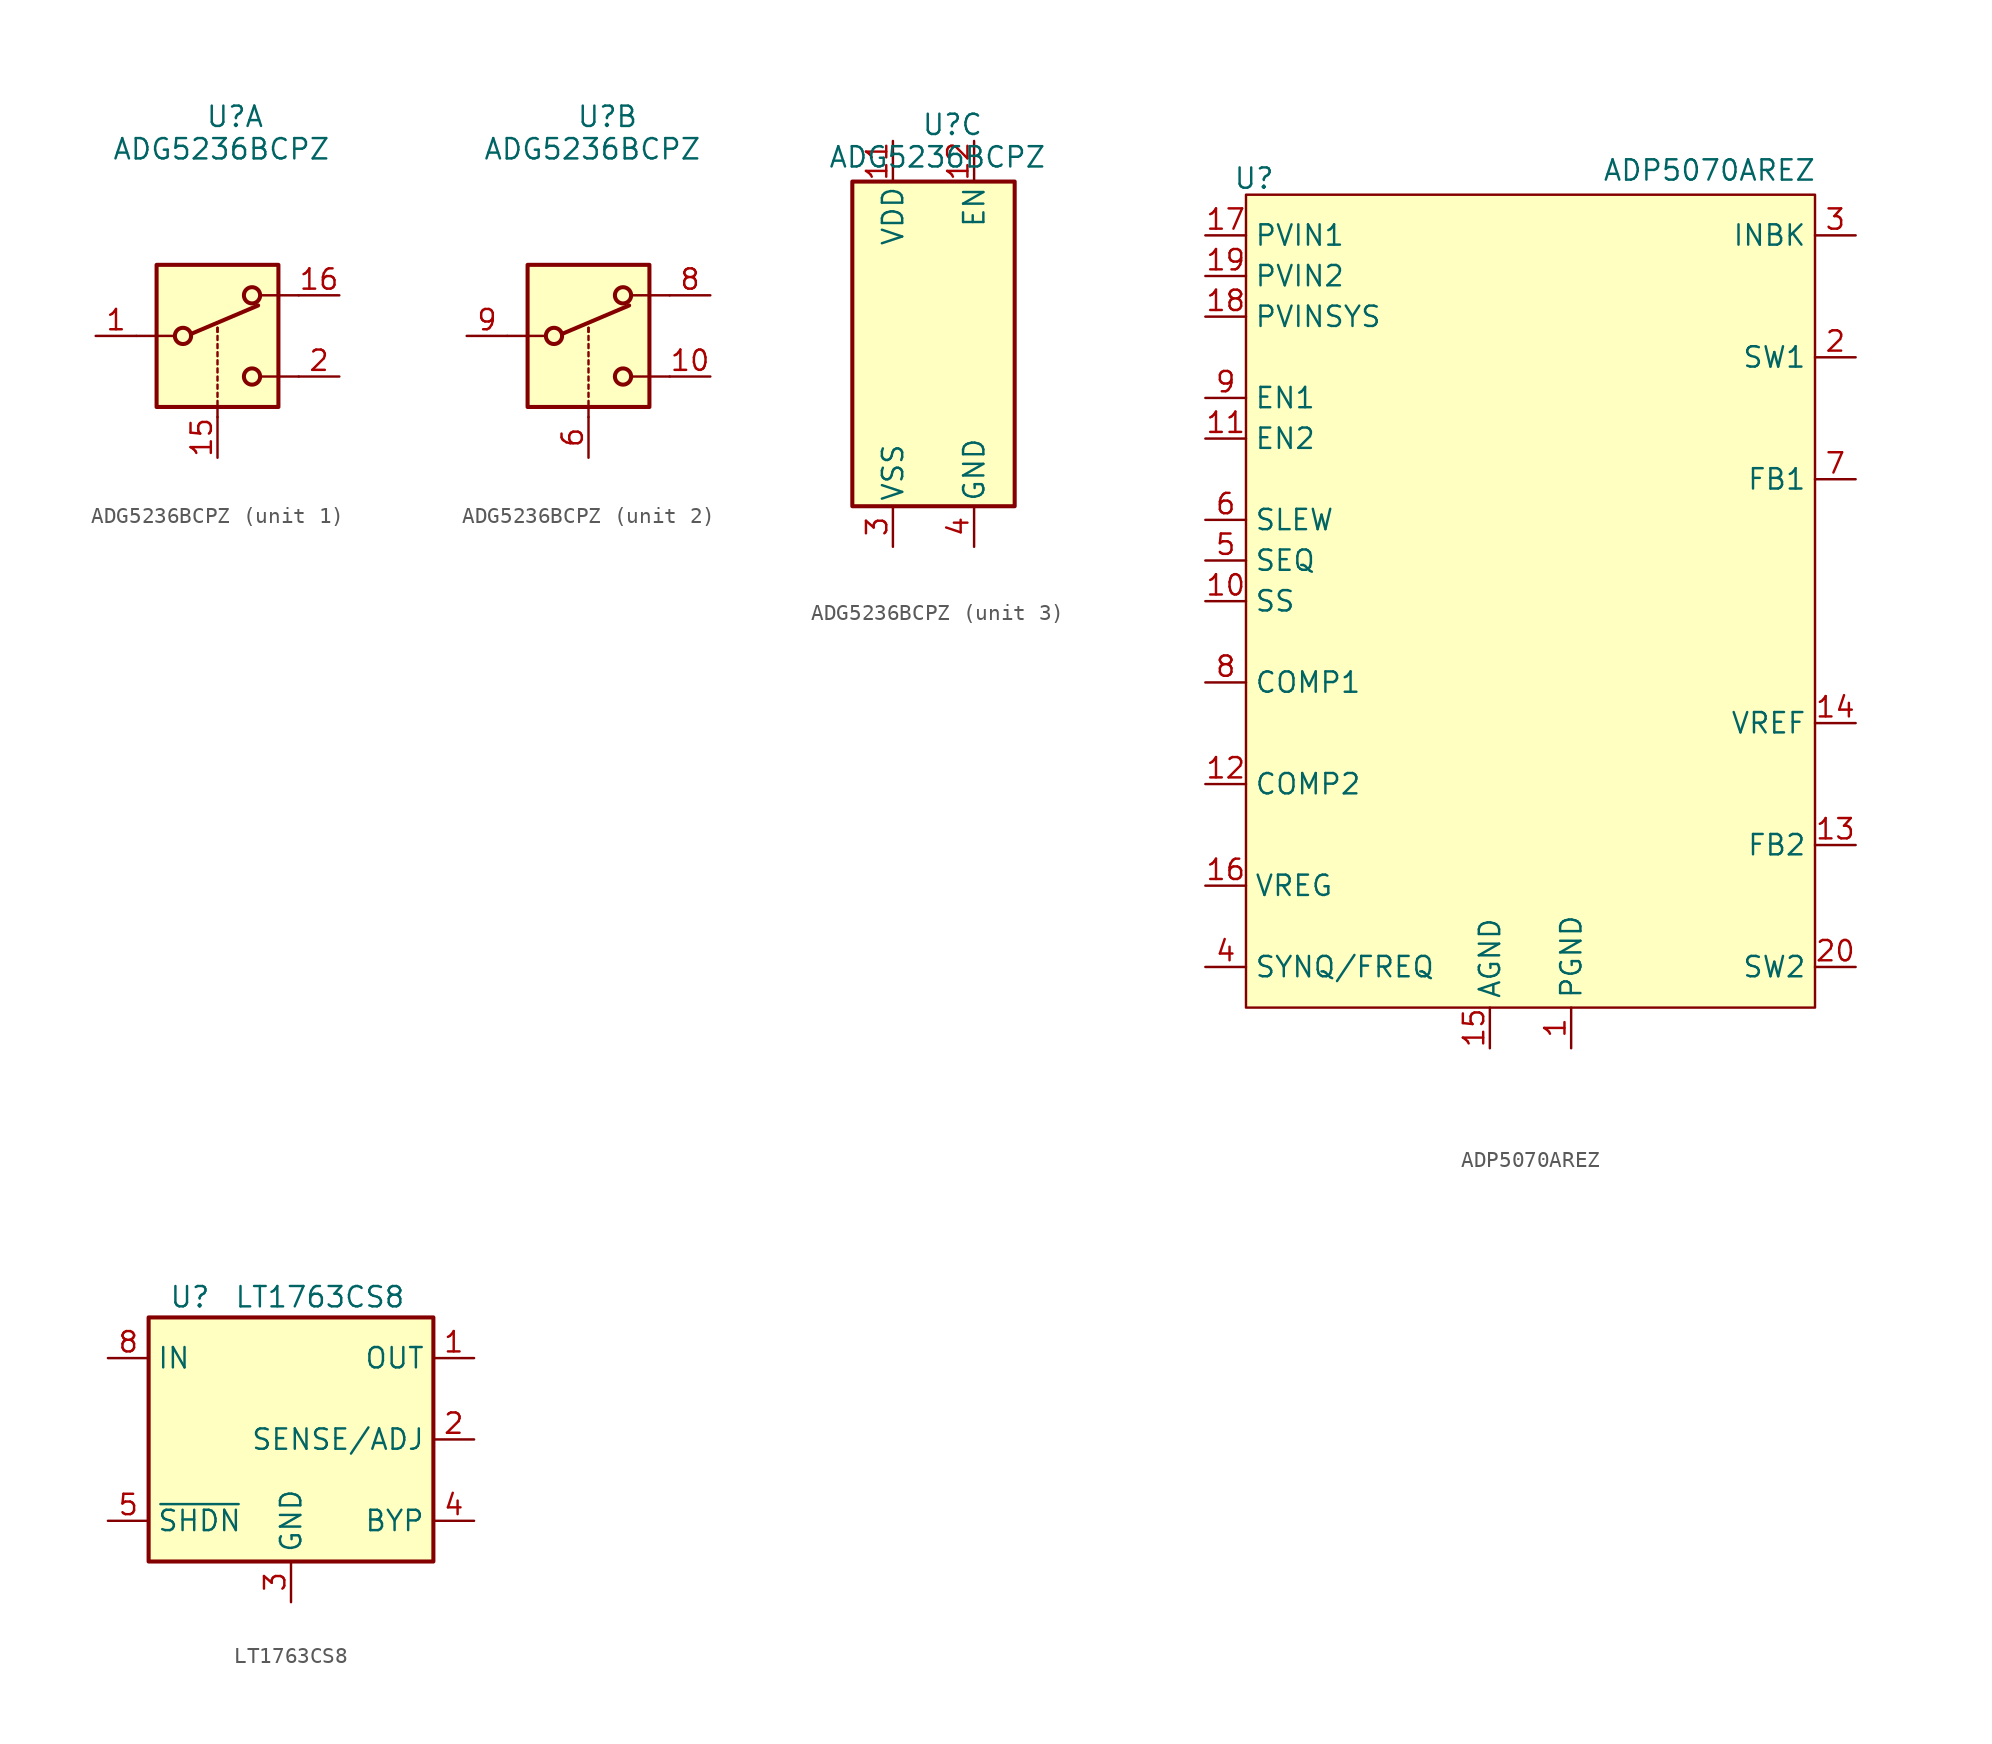
<source format=kicad_sym>
(kicad_symbol_lib
  (version 20231120)
  (generator "kicad_symbol_editor")
  (generator_version "8.0")
  (symbol "ADG5236BCPZ"
    (pin_names
      (offset 0.254))
    (property "Reference" "U"
      (at -0.762 13.716 0)
      (effects (font (size 1.27 1.27)) (justify left)))
    (property "Value" "ADG5236BCPZ"
      (at -6.604 11.684 0)
      (effects (font (size 1.27 1.27)) (justify left)))
    (symbol "ADG5236BCPZ_1_1"
      (rectangle (start -3.81 4.445) (end 3.81 -4.445) (stroke (width 0.254) (type default)) (fill (type background)))
      (circle (center -2.159 0) (radius 0.508) (stroke (width 0.254) (type default)) (fill (type none)))
      (polyline (pts (xy -5.08 0) (xy -2.794 0)) (stroke (width 0) (type default)) (fill (type none)))
      (polyline (pts (xy -1.651 0.127) (xy 2.54 1.905)) (stroke (width 0.254) (type default)) (fill (type none)))
      (polyline (pts (xy 0 -5.08) (xy 0 -4.572)) (stroke (width 0) (type default)) (fill (type none)))
      (polyline (pts (xy 0 -4.318) (xy 0 -4.064)) (stroke (width 0) (type default)) (fill (type none)))
      (polyline (pts (xy 0 -3.81) (xy 0 -3.556)) (stroke (width 0) (type default)) (fill (type none)))
      (polyline (pts (xy 0 -3.302) (xy 0 -3.048)) (stroke (width 0) (type default)) (fill (type none)))
      (polyline (pts (xy 0 -2.794) (xy 0 -2.54)) (stroke (width 0) (type default)) (fill (type none)))
      (polyline (pts (xy 0 -2.286) (xy 0 -2.032)) (stroke (width 0) (type default)) (fill (type none)))
      (polyline (pts (xy 0 -1.778) (xy 0 -1.524)) (stroke (width 0) (type default)) (fill (type none)))
      (polyline (pts (xy 0 -1.27) (xy 0 -1.016)) (stroke (width 0) (type default)) (fill (type none)))
      (polyline (pts (xy 0 -0.762) (xy 0 -0.508)) (stroke (width 0) (type default)) (fill (type none)))
      (polyline (pts (xy 0 -0.254) (xy 0 0)) (stroke (width 0) (type default)) (fill (type none)))
      (polyline (pts (xy 0 0.254) (xy 0 0.508)) (stroke (width 0) (type default)) (fill (type none)))
      (polyline (pts (xy 0 0.254) (xy 0 0.508)) (stroke (width 0) (type default)) (fill (type none)))
      (polyline (pts (xy 5.08 -2.54) (xy 2.794 -2.54)) (stroke (width 0) (type default)) (fill (type none)))
      (polyline (pts (xy 5.08 2.54) (xy 2.794 2.54)) (stroke (width 0) (type default)) (fill (type none)))
      (circle (center 2.159 -2.54) (radius 0.508) (stroke (width 0.254) (type default)) (fill (type none)))
      (circle (center 2.159 2.54) (radius 0.508) (stroke (width 0.254) (type default)) (fill (type none)))
      (pin passive line (at -7.62 0 0) (length 2.54) (name "~" (effects (font (size 1.27 1.27)))) (number "1" (effects (font (size 1.27 1.27)))))
      (pin input line (at 0 -7.62 90) (length 2.54) (name "~" (effects (font (size 1.27 1.27)))) (number "15" (effects (font (size 1.27 1.27)))))
      (pin passive line (at 7.62 2.54 180) (length 2.54) (name "" (effects (font (size 1.27 1.27)))) (number "16" (effects (font (size 1.27 1.27)))))
      (pin passive line (at 7.62 -2.54 180) (length 2.54) (name "~" (effects (font (size 1.27 1.27)))) (number "2" (effects (font (size 1.27 1.27))))))
    (symbol "ADG5236BCPZ_2_1"
      (rectangle (start -3.81 4.445) (end 3.81 -4.445) (stroke (width 0.254) (type default)) (fill (type background)))
      (circle (center -2.159 0) (radius 0.508) (stroke (width 0.254) (type default)) (fill (type none)))
      (polyline (pts (xy -5.08 0) (xy -2.794 0)) (stroke (width 0) (type default)) (fill (type none)))
      (polyline (pts (xy -1.651 0.127) (xy 2.54 1.905)) (stroke (width 0.254) (type default)) (fill (type none)))
      (polyline (pts (xy 0 -5.08) (xy 0 -4.572)) (stroke (width 0) (type default)) (fill (type none)))
      (polyline (pts (xy 0 -4.318) (xy 0 -4.064)) (stroke (width 0) (type default)) (fill (type none)))
      (polyline (pts (xy 0 -3.81) (xy 0 -3.556)) (stroke (width 0) (type default)) (fill (type none)))
      (polyline (pts (xy 0 -3.302) (xy 0 -3.048)) (stroke (width 0) (type default)) (fill (type none)))
      (polyline (pts (xy 0 -2.794) (xy 0 -2.54)) (stroke (width 0) (type default)) (fill (type none)))
      (polyline (pts (xy 0 -2.286) (xy 0 -2.032)) (stroke (width 0) (type default)) (fill (type none)))
      (polyline (pts (xy 0 -1.778) (xy 0 -1.524)) (stroke (width 0) (type default)) (fill (type none)))
      (polyline (pts (xy 0 -1.27) (xy 0 -1.016)) (stroke (width 0) (type default)) (fill (type none)))
      (polyline (pts (xy 0 -0.762) (xy 0 -0.508)) (stroke (width 0) (type default)) (fill (type none)))
      (polyline (pts (xy 0 -0.254) (xy 0 0)) (stroke (width 0) (type default)) (fill (type none)))
      (polyline (pts (xy 0 0.254) (xy 0 0.508)) (stroke (width 0) (type default)) (fill (type none)))
      (polyline (pts (xy 0 0.254) (xy 0 0.508)) (stroke (width 0) (type default)) (fill (type none)))
      (polyline (pts (xy 5.08 -2.54) (xy 2.794 -2.54)) (stroke (width 0) (type default)) (fill (type none)))
      (polyline (pts (xy 5.08 2.54) (xy 2.794 2.54)) (stroke (width 0) (type default)) (fill (type none)))
      (circle (center 2.159 -2.54) (radius 0.508) (stroke (width 0.254) (type default)) (fill (type none)))
      (circle (center 2.159 2.54) (radius 0.508) (stroke (width 0.254) (type default)) (fill (type none)))
      (pin passive line (at 7.62 -2.54 180) (length 2.54) (name "" (effects (font (size 1.27 1.27)))) (number "10" (effects (font (size 1.27 1.27)))))
      (pin input line (at 0 -7.62 90) (length 2.54) (name "~" (effects (font (size 1.27 1.27)))) (number "6" (effects (font (size 1.27 1.27)))))
      (pin passive line (at 7.62 2.54 180) (length 2.54) (name "~" (effects (font (size 1.27 1.27)))) (number "8" (effects (font (size 1.27 1.27)))))
      (pin passive line (at -7.62 0 0) (length 2.54) (name "~" (effects (font (size 1.27 1.27)))) (number "9" (effects (font (size 1.27 1.27))))))
    (symbol "ADG5236BCPZ_3_1"
      (rectangle (start -5.08 10.16) (end 5.08 -10.16) (stroke (width 0.254) (type default)) (fill (type background)))
      (pin passive line (at -2.54 12.7 270) (length 2.54) (name "VDD" (effects (font (size 1.27 1.27)))) (number "11" (effects (font (size 1.27 1.27)))))
      (pin input line (at 2.54 12.7 270) (length 2.54) (name "EN" (effects (font (size 1.27 1.27)))) (number "12" (effects (font (size 1.27 1.27)))))
      (pin no_connect line (at -5.08 -1.27 0) (length 2.54) hide (name "NC" (effects (font (size 1.27 1.27)))) (number "13" (effects (font (size 1.27 1.27)))))
      (pin no_connect line (at -5.08 -3.81 0) (length 2.54) hide (name "NC" (effects (font (size 1.27 1.27)))) (number "14" (effects (font (size 1.27 1.27)))))
      (pin passive line (at -2.54 -12.7 90) (length 2.54) hide (name "EP" (effects (font (size 1.27 1.27)))) (number "17" (effects (font (size 1.27 1.27)))))
      (pin passive line (at -2.54 -12.7 90) (length 2.54) (name "VSS" (effects (font (size 1.27 1.27)))) (number "3" (effects (font (size 1.27 1.27)))))
      (pin passive line (at 2.54 -12.7 90) (length 2.54) (name "GND" (effects (font (size 1.27 1.27)))) (number "4" (effects (font (size 1.27 1.27)))))
      (pin no_connect line (at -5.08 3.81 0) (length 2.54) hide (name "NC" (effects (font (size 1.27 1.27)))) (number "5" (effects (font (size 1.27 1.27)))))
      (pin no_connect line (at -5.08 1.27 0) (length 2.54) hide (name "NC" (effects (font (size 1.27 1.27)))) (number "7" (effects (font (size 1.27 1.27)))))))
  (symbol "ADP5070AREZ"
    (property "Reference" "U"
      (at -17.272 26.416 0)
      (effects (font (size 1.27 1.27))))
    (property "Value" "ADP5070AREZ"
      (at 11.176 26.924 0)
      (effects (font (size 1.27 1.27))))
    (symbol "ADP5070AREZ_0_0"
      (pin passive line (at 2.54 -27.94 90) (length 2.54) (name "PGND" (effects (font (size 1.27 1.27)))) (number "1" (effects (font (size 1.27 1.27)))))
      (pin passive line (at -20.32 0 0) (length 2.54) (name "SS" (effects (font (size 1.27 1.27)))) (number "10" (effects (font (size 1.27 1.27)))))
      (pin passive line (at -20.32 10.16 0) (length 2.54) (name "EN2" (effects (font (size 1.27 1.27)))) (number "11" (effects (font (size 1.27 1.27)))))
      (pin passive line (at -20.32 -11.43 0) (length 2.54) (name "COMP2" (effects (font (size 1.27 1.27)))) (number "12" (effects (font (size 1.27 1.27)))))
      (pin passive line (at 20.32 -15.24 180) (length 2.54) (name "FB2" (effects (font (size 1.27 1.27)))) (number "13" (effects (font (size 1.27 1.27)))))
      (pin passive line (at 20.32 -7.62 180) (length 2.54) (name "VREF" (effects (font (size 1.27 1.27)))) (number "14" (effects (font (size 1.27 1.27)))))
      (pin passive line (at -2.54 -27.94 90) (length 2.54) (name "AGND" (effects (font (size 1.27 1.27)))) (number "15" (effects (font (size 1.27 1.27)))))
      (pin passive line (at -20.32 -17.78 0) (length 2.54) (name "VREG" (effects (font (size 1.27 1.27)))) (number "16" (effects (font (size 1.27 1.27)))))
      (pin passive line (at -20.32 22.86 0) (length 2.54) (name "PVIN1" (effects (font (size 1.27 1.27)))) (number "17" (effects (font (size 1.27 1.27)))))
      (pin passive line (at -20.32 17.78 0) (length 2.54) (name "PVINSYS" (effects (font (size 1.27 1.27)))) (number "18" (effects (font (size 1.27 1.27)))))
      (pin passive line (at -20.32 20.32 0) (length 2.54) (name "PVIN2" (effects (font (size 1.27 1.27)))) (number "19" (effects (font (size 1.27 1.27)))))
      (pin passive line (at 20.32 15.24 180) (length 2.54) (name "SW1" (effects (font (size 1.27 1.27)))) (number "2" (effects (font (size 1.27 1.27)))))
      (pin passive line (at 20.32 -22.86 180) (length 2.54) (name "SW2" (effects (font (size 1.27 1.27)))) (number "20" (effects (font (size 1.27 1.27)))))
      (pin passive line (at 20.32 22.86 180) (length 2.54) (name "INBK" (effects (font (size 1.27 1.27)))) (number "3" (effects (font (size 1.27 1.27)))))
      (pin passive line (at -20.32 -22.86 0) (length 2.54) (name "SYNQ/FREQ" (effects (font (size 1.27 1.27)))) (number "4" (effects (font (size 1.27 1.27)))))
      (pin passive line (at -20.32 2.54 0) (length 2.54) (name "SEQ" (effects (font (size 1.27 1.27)))) (number "5" (effects (font (size 1.27 1.27)))))
      (pin passive line (at -20.32 5.08 0) (length 2.54) (name "SLEW" (effects (font (size 1.27 1.27)))) (number "6" (effects (font (size 1.27 1.27)))))
      (pin passive line (at 20.32 7.62 180) (length 2.54) (name "FB1" (effects (font (size 1.27 1.27)))) (number "7" (effects (font (size 1.27 1.27)))))
      (pin passive line (at -20.32 -5.08 0) (length 2.54) (name "COMP1" (effects (font (size 1.27 1.27)))) (number "8" (effects (font (size 1.27 1.27)))))
      (pin passive line (at -20.32 12.7 0) (length 2.54) (name "EN1" (effects (font (size 1.27 1.27)))) (number "9" (effects (font (size 1.27 1.27))))))
    (symbol "ADP5070AREZ_1_0"
      (pin passive line (at -2.54 -27.94 90) (length 2.54) hide (name "EP" (effects (font (size 1.27 1.27)))) (number "21" (effects (font (size 1.27 1.27))))))
    (symbol "ADP5070AREZ_1_1"
      (rectangle (start -17.78 25.4) (end 17.78 -25.4) (stroke (width 0) (type default)) (fill (type background)))))
  (symbol "LT1763CS8"
    (property "Reference" "U"
      (at -7.62 8.89 0)
      (effects (font (size 1.27 1.27)) (justify left)))
    (property "Value" "LT1763CS8"
      (at -3.556 8.89 0)
      (effects (font (size 1.27 1.27)) (justify left)))
    (symbol "LT1763CS8_0_0"
      (pin passive line (at 11.43 5.08 180) (length 2.54) (name "OUT" (effects (font (size 1.27 1.27)))) (number "1" (effects (font (size 1.27 1.27)))))
      (pin passive line (at 11.43 0 180) (length 2.54) (name "SENSE/ADJ" (effects (font (size 1.27 1.27)))) (number "2" (effects (font (size 1.27 1.27)))))
      (pin passive line (at 0 -10.16 90) (length 2.54) (name "GND" (effects (font (size 1.27 1.27)))) (number "3" (effects (font (size 1.27 1.27)))))
      (pin passive line (at 11.43 -5.08 180) (length 2.54) (name "BYP" (effects (font (size 1.27 1.27)))) (number "4" (effects (font (size 1.27 1.27)))))
      (pin passive line (at -11.43 -5.08 0) (length 2.54) (name "~{SHDN}" (effects (font (size 1.27 1.27)))) (number "5" (effects (font (size 1.27 1.27)))))
      (pin passive line (at -11.43 5.08 0) (length 2.54) (name "IN" (effects (font (size 1.27 1.27)))) (number "8" (effects (font (size 1.27 1.27))))))
    (symbol "LT1763CS8_0_1"
      (rectangle (start -8.89 7.62) (end 8.89 -7.62) (stroke (width 0.254) (type default)) (fill (type background))))
    (symbol "LT1763CS8_1_0"
      (pin passive line (at 0 -10.16 90) (length 2.54) hide (name "GND" (effects (font (size 1.27 1.27)))) (number "6" (effects (font (size 1.27 1.27)))))
      (pin passive line (at 0 -10.16 90) (length 2.54) hide (name "GND" (effects (font (size 1.27 1.27)))) (number "7" (effects (font (size 1.27 1.27))))))))
</source>
